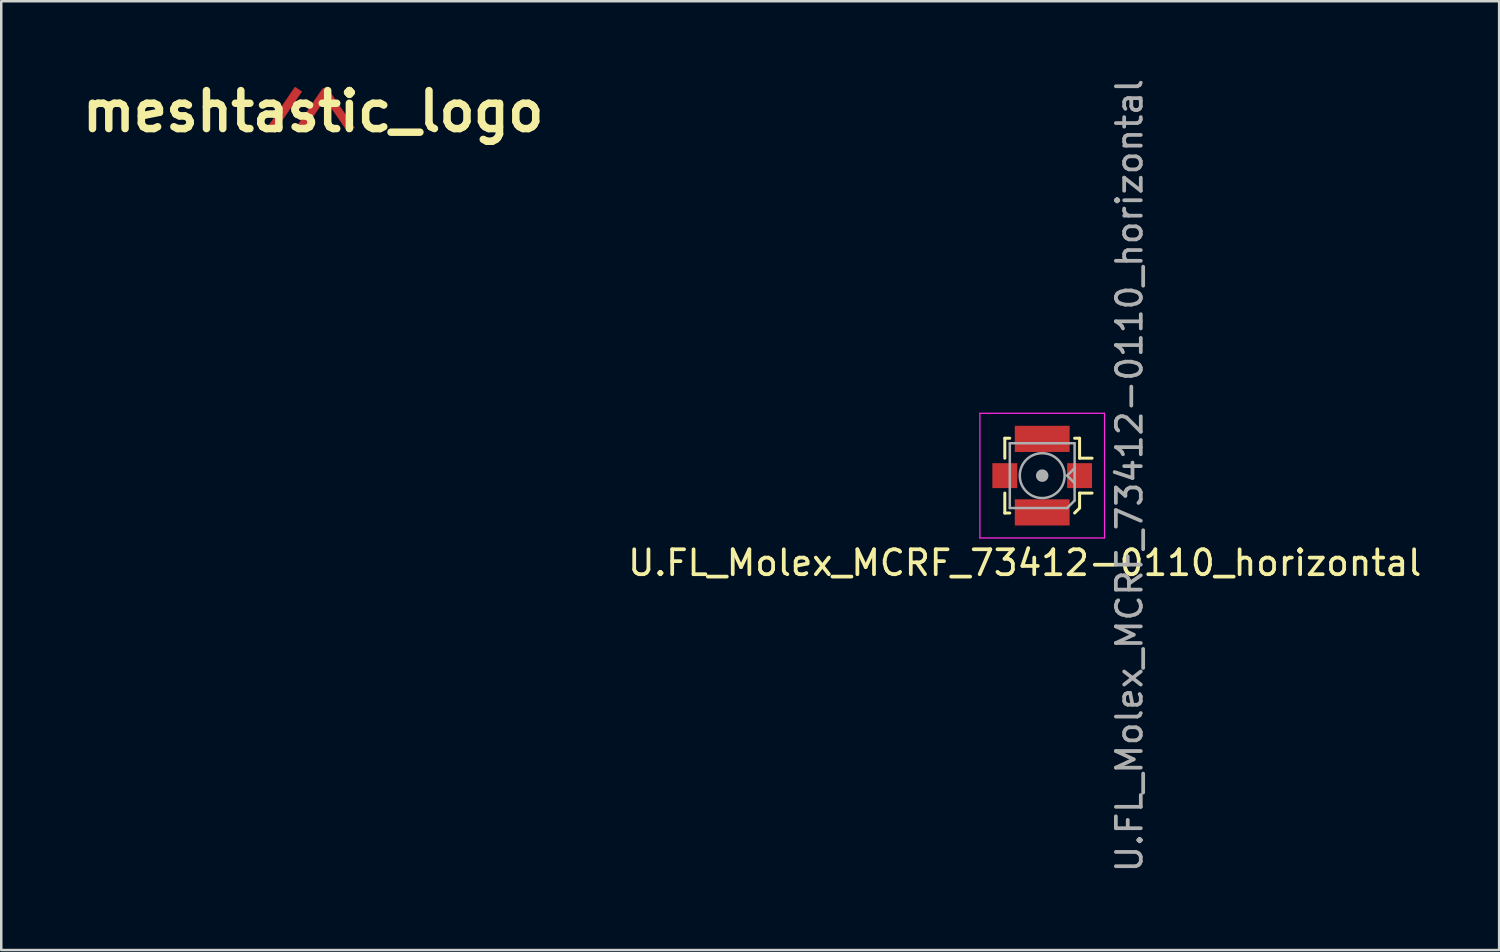
<source format=kicad_pcb>
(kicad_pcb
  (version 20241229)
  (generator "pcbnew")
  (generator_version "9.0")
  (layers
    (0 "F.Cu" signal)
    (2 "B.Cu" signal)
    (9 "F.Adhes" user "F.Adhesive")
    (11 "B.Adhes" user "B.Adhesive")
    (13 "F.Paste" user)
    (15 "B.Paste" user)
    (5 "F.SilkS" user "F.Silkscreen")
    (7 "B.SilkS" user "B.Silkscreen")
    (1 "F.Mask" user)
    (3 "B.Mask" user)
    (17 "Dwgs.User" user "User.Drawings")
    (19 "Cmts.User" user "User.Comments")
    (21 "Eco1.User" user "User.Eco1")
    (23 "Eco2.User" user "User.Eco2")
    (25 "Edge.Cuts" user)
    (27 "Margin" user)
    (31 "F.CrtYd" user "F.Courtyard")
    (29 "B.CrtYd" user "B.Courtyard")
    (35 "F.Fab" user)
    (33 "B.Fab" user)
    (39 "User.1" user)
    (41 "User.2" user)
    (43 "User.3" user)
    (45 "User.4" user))
  (footprint "U.FL_Molex_MCRF_73412-0110_horizontal"
    (layer "F.Cu")
    (at 38.758 16.03)
    (property "Reference" "U.FL_Molex_MCRF_73412-0110_horizontal" (at -0.7 3.5 180) (layer "F.SilkS") (effects (font (size 1 1) (thickness 0.15))))
    (attr smd)
    (fp_line (start -1.5 -1.5) (end -1.3 -1.5) (stroke (width 0.12) (type solid)) (layer "F.SilkS"))
    (fp_line (start -1.5 -0.7) (end -1.5 -1.5) (stroke (width 0.12) (type solid)) (layer "F.SilkS"))
    (fp_line (start -1.5 1.5) (end -1.5 0.7) (stroke (width 0.12) (type solid)) (layer "F.SilkS"))
    (fp_line (start -1.3 1.5) (end -1.5 1.5) (stroke (width 0.12) (type solid)) (layer "F.SilkS"))
    (fp_line (start 1.3 -1.5) (end 1.5 -1.5) (stroke (width 0.12) (type solid)) (layer "F.SilkS"))
    (fp_line (start 1.5 -1.5) (end 1.5 -0.7) (stroke (width 0.12) (type solid)) (layer "F.SilkS"))
    (fp_line (start 1.5 -0.7) (end 2 -0.7) (stroke (width 0.12) (type solid)) (layer "F.SilkS"))
    (fp_line (start 1.5 0.7) (end 1.5 1.3) (stroke (width 0.12) (type solid)) (layer "F.SilkS"))
    (fp_line (start 1.5 0.7) (end 2 0.7) (stroke (width 0.12) (type solid)) (layer "F.SilkS"))
    (fp_line (start 1.5 1.3) (end 1.3 1.5) (stroke (width 0.12) (type solid)) (layer "F.SilkS"))
    (fp_line (start -2.5 -2.5) (end -2.5 2.5) (stroke (width 0.05) (type solid)) (layer "F.CrtYd"))
    (fp_line (start -2.5 2.5) (end 2.5 2.5) (stroke (width 0.05) (type solid)) (layer "F.CrtYd"))
    (fp_line (start 2.5 -2.5) (end -2.5 -2.5) (stroke (width 0.05) (type solid)) (layer "F.CrtYd"))
    (fp_line (start 2.5 2.5) (end 2.5 -2.5) (stroke (width 0.05) (type solid)) (layer "F.CrtYd"))
    (fp_line (start -1.3 -1.3) (end 1.3 -1.3) (stroke (width 0.1) (type solid)) (layer "F.Fab"))
    (fp_line (start -1.3 1.3) (end -1.3 -1.3) (stroke (width 0.1) (type solid)) (layer "F.Fab"))
    (fp_line (start -1.3 1.3) (end 1 1.3) (stroke (width 0.1) (type solid)) (layer "F.Fab"))
    (fp_line (start 1 0) (end 1.3 -0.3) (stroke (width 0.1) (type solid)) (layer "F.Fab"))
    (fp_line (start 1 1.3) (end 1.3 1) (stroke (width 0.1) (type solid)) (layer "F.Fab"))
    (fp_line (start 1.3 0.3) (end 1 0) (stroke (width 0.1) (type solid)) (layer "F.Fab"))
    (fp_line (start 1.3 1) (end 1.3 -1.3) (stroke (width 0.1) (type solid)) (layer "F.Fab"))
    (fp_circle (center 0 0) (end 0 -0.9) (stroke (width 0.1) (type solid)) (fill no) (layer "F.Fab"))
    (fp_circle (center 0 0) (end 0.05 0) (stroke (width 0.1) (type solid)) (fill no) (layer "F.Fab"))
    (fp_circle (center 0 0) (end 0.125 0) (stroke (width 0.1) (type solid)) (fill no) (layer "F.Fab"))
    (fp_circle (center 0 0) (end 0.2 0) (stroke (width 0.1) (type solid)) (fill no) (layer "F.Fab"))
    (fp_text user "${REFERENCE}" (at 3.5 0 90) (layer "F.Fab") (effects (font (size 1 1) (thickness 0.15))))
    (pad "1" smd rect (at 1.5 0 90) (size 1 1) (layers "F.Cu" "F.Mask" "F.Paste"))
    (pad "2" smd rect (at -1.5 0 90) (size 1 1) (layers "F.Cu" "F.Mask" "F.Paste"))
    (pad "2" smd rect (at 0 -1.475 90) (size 1.05 2.2) (layers "F.Cu" "F.Mask" "F.Paste"))
    (pad "2" smd rect (at 0 1.475 90) (size 1.05 2.2) (layers "F.Cu" "F.Mask" "F.Paste")))
  (footprint "meshtastic_logo"
    (layer "F.Cu")
    (at 9.514 1.418)
    (property "Reference" "meshtastic_logo" (at 0 0 180) (layer "F.SilkS") (effects (font (size 1.524 1.524) (thickness 0.3))))
    (attr through_hole)
    (fp_poly (pts (xy -0.724 -0.975) (xy -0.715 -0.97) (xy -0.701 -0.961) (xy -0.683 -0.949) (xy -0.662 -0.934) (xy -0.637 -0.918) (xy -0.61 -0.9) (xy -0.589 -0.885) (xy -0.454 -0.793) (xy -0.477 -0.761) (xy -0.482 -0.753) (xy -0.491 -0.74) (xy -0.503 -0.723) (xy -0.518 -0.7) (xy -0.537 -0.673) (xy -0.558 -0.642) (xy -0.582 -0.607) (xy -0.608 -0.569) (xy -0.635 -0.529) (xy -0.664 -0.486) (xy -0.695 -0.441) (xy -0.726 -0.395) (xy -0.749 -0.361) (xy -0.786 -0.308) (xy -0.826 -0.249) (xy -0.869 -0.186) (xy -0.913 -0.12) (xy -0.96 -0.052) (xy -1.007 0.017) (xy -1.055 0.087) (xy -1.102 0.156) (xy -1.148 0.223) (xy -1.192 0.288) (xy -1.234 0.35) (xy -1.27 0.403) (xy -1.303 0.451) (xy -1.336 0.499) (xy -1.367 0.544) (xy -1.396 0.588) (xy -1.424 0.629) (xy -1.45 0.667) (xy -1.473 0.701) (xy -1.495 0.732) (xy -1.513 0.759) (xy -1.528 0.782) (xy -1.541 0.8) (xy -1.549 0.813) (xy -1.554 0.82) (xy -1.555 0.821) (xy -1.562 0.831) (xy -1.568 0.839) (xy -1.571 0.842) (xy -1.571 0.842) (xy -1.574 0.84) (xy -1.583 0.834) (xy -1.596 0.825) (xy -1.614 0.813) (xy -1.635 0.798) (xy -1.659 0.782) (xy -1.686 0.764) (xy -1.707 0.749) (xy -1.736 0.729) (xy -1.763 0.71) (xy -1.786 0.694) (xy -1.806 0.679) (xy -1.822 0.667) (xy -1.834 0.658) (xy -1.84 0.653) (xy -1.841 0.652) (xy -1.839 0.648) (xy -1.833 0.639) (xy -1.823 0.624) (xy -1.81 0.605) (xy -1.794 0.581) (xy -1.775 0.552) (xy -1.753 0.519) (xy -1.729 0.483) (xy -1.702 0.444) (xy -1.673 0.401) (xy -1.642 0.355) (xy -1.609 0.308) (xy -1.576 0.258) (xy -1.54 0.206) (xy -1.527 0.186) (xy -1.486 0.127) (xy -1.443 0.064) (xy -1.399 -0.002) (xy -1.353 -0.069) (xy -1.307 -0.136) (xy -1.26 -0.204) (xy -1.214 -0.272) (xy -1.169 -0.338) (xy -1.126 -0.402) (xy -1.084 -0.463) (xy -1.045 -0.52) (xy -1.009 -0.573) (xy -0.976 -0.621) (xy -0.973 -0.626) (xy -0.942 -0.671) (xy -0.912 -0.715) (xy -0.883 -0.757) (xy -0.856 -0.796) (xy -0.831 -0.832) (xy -0.808 -0.865) (xy -0.787 -0.895) (xy -0.769 -0.921) (xy -0.754 -0.942) (xy -0.742 -0.959) (xy -0.734 -0.97) (xy -0.729 -0.977) (xy -0.728 -0.978) (xy -0.724 -0.975)) (stroke (width 0.01) (type solid)) (fill yes) (layer "F.Cu"))
    (fp_poly (pts (xy 0.514 -0.939) (xy 0.521 -0.937) (xy 0.547 -0.927) (xy 0.571 -0.913) (xy 0.592 -0.896) (xy 0.603 -0.885) (xy 0.606 -0.881) (xy 0.613 -0.871) (xy 0.623 -0.856) (xy 0.637 -0.835) (xy 0.655 -0.81) (xy 0.675 -0.781) (xy 0.698 -0.747) (xy 0.724 -0.71) (xy 0.752 -0.669) (xy 0.782 -0.625) (xy 0.814 -0.579) (xy 0.848 -0.529) (xy 0.883 -0.478) (xy 0.92 -0.424) (xy 0.958 -0.369) (xy 0.997 -0.312) (xy 1.036 -0.254) (xy 1.076 -0.196) (xy 1.116 -0.137) (xy 1.157 -0.078) (xy 1.197 -0.02) (xy 1.237 0.039) (xy 1.276 0.096) (xy 1.314 0.152) (xy 1.352 0.207) (xy 1.388 0.26) (xy 1.423 0.311) (xy 1.456 0.36) (xy 1.488 0.406) (xy 1.517 0.449) (xy 1.545 0.489) (xy 1.569 0.526) (xy 1.591 0.558) (xy 1.611 0.586) (xy 1.627 0.61) (xy 1.64 0.629) (xy 1.649 0.643) (xy 1.655 0.652) (xy 1.657 0.654) (xy 1.654 0.657) (xy 1.646 0.663) (xy 1.634 0.673) (xy 1.617 0.684) (xy 1.598 0.698) (xy 1.576 0.713) (xy 1.553 0.729) (xy 1.529 0.746) (xy 1.505 0.763) (xy 1.481 0.779) (xy 1.459 0.794) (xy 1.439 0.807) (xy 1.422 0.819) (xy 1.408 0.828) (xy 1.399 0.833) (xy 1.395 0.835) (xy 1.395 0.835) (xy 1.394 0.835) (xy 1.394 0.835) (xy 1.393 0.834) (xy 1.391 0.832) (xy 1.389 0.83) (xy 1.386 0.826) (xy 1.382 0.821) (xy 1.378 0.814) (xy 1.371 0.805) (xy 1.364 0.795) (xy 1.355 0.782) (xy 1.344 0.766) (xy 1.332 0.748) (xy 1.317 0.727) (xy 1.301 0.703) (xy 1.282 0.676) (xy 1.261 0.645) (xy 1.237 0.61) (xy 1.211 0.572) (xy 1.181 0.529) (xy 1.149 0.482) (xy 1.114 0.43) (xy 1.075 0.373) (xy 1.033 0.312) (xy 0.987 0.245) (xy 0.937 0.173) (xy 0.884 0.095) (xy 0.857 0.055) (xy 0.818 -0.002) (xy 0.78 -0.057) (xy 0.744 -0.11) (xy 0.709 -0.161) (xy 0.675 -0.21) (xy 0.644 -0.255) (xy 0.615 -0.298) (xy 0.587 -0.337) (xy 0.563 -0.373) (xy 0.541 -0.404) (xy 0.522 -0.431) (xy 0.506 -0.454) (xy 0.494 -0.472) (xy 0.485 -0.484) (xy 0.48 -0.491) (xy 0.479 -0.493) (xy 0.476 -0.49) (xy 0.47 -0.481) (xy 0.46 -0.467) (xy 0.447 -0.447) (xy 0.43 -0.423) (xy 0.41 -0.394) (xy 0.387 -0.36) (xy 0.361 -0.323) (xy 0.333 -0.282) (xy 0.302 -0.237) (xy 0.269 -0.189) (xy 0.234 -0.137) (xy 0.197 -0.083) (xy 0.159 -0.027) (xy 0.119 0.032) (xy 0.078 0.092) (xy 0.035 0.155) (xy 0.022 0.174) (xy -0.021 0.237) (xy -0.063 0.298) (xy -0.103 0.357) (xy -0.142 0.414) (xy -0.179 0.469) (xy -0.215 0.521) (xy -0.248 0.57) (xy -0.28 0.616) (xy -0.309 0.659) (xy -0.335 0.697) (xy -0.359 0.732) (xy -0.379 0.762) (xy -0.397 0.788) (xy -0.411 0.809) (xy -0.422 0.825) (xy -0.429 0.835) (xy -0.433 0.84) (xy -0.433 0.84) (xy -0.436 0.838) (xy -0.444 0.833) (xy -0.458 0.824) (xy -0.475 0.812) (xy -0.496 0.798) (xy -0.519 0.782) (xy -0.546 0.764) (xy -0.564 0.751) (xy -0.592 0.732) (xy -0.617 0.714) (xy -0.64 0.698) (xy -0.66 0.684) (xy -0.675 0.672) (xy -0.687 0.663) (xy -0.693 0.658) (xy -0.694 0.656) (xy -0.692 0.653) (xy -0.687 0.643) (xy -0.677 0.629) (xy -0.664 0.609) (xy -0.648 0.585) (xy -0.629 0.557) (xy -0.607 0.525) (xy -0.583 0.489) (xy -0.556 0.45) (xy -0.528 0.408) (xy -0.498 0.363) (xy -0.466 0.316) (xy -0.433 0.268) (xy -0.406 0.228) (xy -0.366 0.171) (xy -0.325 0.109) (xy -0.281 0.045) (xy -0.236 -0.02) (xy -0.19 -0.087) (xy -0.145 -0.154) (xy -0.1 -0.221) (xy -0.055 -0.286) (xy -0.013 -0.348) (xy 0.028 -0.408) (xy 0.066 -0.463) (xy 0.1 -0.514) (xy 0.116 -0.537) (xy 0.152 -0.59) (xy 0.186 -0.639) (xy 0.217 -0.685) (xy 0.247 -0.728) (xy 0.273 -0.766) (xy 0.297 -0.8) (xy 0.317 -0.829) (xy 0.335 -0.854) (xy 0.349 -0.873) (xy 0.359 -0.887) (xy 0.366 -0.896) (xy 0.368 -0.898) (xy 0.393 -0.917) (xy 0.421 -0.932) (xy 0.452 -0.94) (xy 0.483 -0.943) (xy 0.514 -0.939)) (stroke (width 0.01) (type solid)) (fill yes) (layer "F.Cu"))
    (fp_poly (pts (xy -0.724 -0.975) (xy -0.715 -0.97) (xy -0.701 -0.961) (xy -0.683 -0.949) (xy -0.662 -0.934) (xy -0.637 -0.918) (xy -0.61 -0.9) (xy -0.589 -0.885) (xy -0.454 -0.793) (xy -0.477 -0.761) (xy -0.482 -0.753) (xy -0.491 -0.74) (xy -0.503 -0.723) (xy -0.518 -0.7) (xy -0.537 -0.673) (xy -0.558 -0.642) (xy -0.582 -0.607) (xy -0.608 -0.569) (xy -0.635 -0.529) (xy -0.664 -0.486) (xy -0.695 -0.441) (xy -0.726 -0.395) (xy -0.749 -0.361) (xy -0.786 -0.308) (xy -0.826 -0.249) (xy -0.869 -0.186) (xy -0.913 -0.12) (xy -0.96 -0.052) (xy -1.007 0.017) (xy -1.055 0.087) (xy -1.102 0.156) (xy -1.148 0.223) (xy -1.192 0.288) (xy -1.234 0.35) (xy -1.27 0.403) (xy -1.303 0.451) (xy -1.336 0.499) (xy -1.367 0.544) (xy -1.396 0.588) (xy -1.424 0.629) (xy -1.45 0.667) (xy -1.473 0.701) (xy -1.495 0.732) (xy -1.513 0.759) (xy -1.528 0.782) (xy -1.541 0.8) (xy -1.549 0.813) (xy -1.554 0.82) (xy -1.555 0.821) (xy -1.562 0.831) (xy -1.568 0.839) (xy -1.571 0.842) (xy -1.571 0.842) (xy -1.574 0.84) (xy -1.583 0.834) (xy -1.596 0.825) (xy -1.614 0.813) (xy -1.635 0.798) (xy -1.659 0.782) (xy -1.686 0.764) (xy -1.707 0.749) (xy -1.736 0.729) (xy -1.763 0.71) (xy -1.786 0.694) (xy -1.806 0.679) (xy -1.822 0.667) (xy -1.834 0.658) (xy -1.84 0.653) (xy -1.841 0.652) (xy -1.839 0.648) (xy -1.833 0.639) (xy -1.823 0.624) (xy -1.81 0.605) (xy -1.794 0.581) (xy -1.775 0.552) (xy -1.753 0.519) (xy -1.729 0.483) (xy -1.702 0.444) (xy -1.673 0.401) (xy -1.642 0.355) (xy -1.609 0.308) (xy -1.576 0.258) (xy -1.54 0.206) (xy -1.527 0.186) (xy -1.486 0.127) (xy -1.443 0.064) (xy -1.399 -0.002) (xy -1.353 -0.069) (xy -1.307 -0.136) (xy -1.26 -0.204) (xy -1.214 -0.272) (xy -1.169 -0.338) (xy -1.126 -0.402) (xy -1.084 -0.463) (xy -1.045 -0.52) (xy -1.009 -0.573) (xy -0.976 -0.621) (xy -0.973 -0.626) (xy -0.942 -0.671) (xy -0.912 -0.715) (xy -0.883 -0.757) (xy -0.856 -0.796) (xy -0.831 -0.832) (xy -0.808 -0.865) (xy -0.787 -0.895) (xy -0.769 -0.921) (xy -0.754 -0.942) (xy -0.742 -0.959) (xy -0.734 -0.97) (xy -0.729 -0.977) (xy -0.728 -0.978) (xy -0.724 -0.975)) (stroke (width 0.01) (type solid)) (fill yes) (layer "F.Mask"))
    (fp_poly (pts (xy 0.514 -0.939) (xy 0.521 -0.937) (xy 0.547 -0.927) (xy 0.571 -0.913) (xy 0.592 -0.896) (xy 0.603 -0.885) (xy 0.606 -0.881) (xy 0.613 -0.871) (xy 0.623 -0.856) (xy 0.637 -0.835) (xy 0.655 -0.81) (xy 0.675 -0.781) (xy 0.698 -0.747) (xy 0.724 -0.71) (xy 0.752 -0.669) (xy 0.782 -0.625) (xy 0.814 -0.579) (xy 0.848 -0.529) (xy 0.883 -0.478) (xy 0.92 -0.424) (xy 0.958 -0.369) (xy 0.997 -0.312) (xy 1.036 -0.254) (xy 1.076 -0.196) (xy 1.116 -0.137) (xy 1.157 -0.078) (xy 1.197 -0.02) (xy 1.237 0.039) (xy 1.276 0.096) (xy 1.314 0.152) (xy 1.352 0.207) (xy 1.388 0.26) (xy 1.423 0.311) (xy 1.456 0.36) (xy 1.488 0.406) (xy 1.517 0.449) (xy 1.545 0.489) (xy 1.569 0.526) (xy 1.591 0.558) (xy 1.611 0.586) (xy 1.627 0.61) (xy 1.64 0.629) (xy 1.649 0.643) (xy 1.655 0.652) (xy 1.657 0.654) (xy 1.654 0.657) (xy 1.646 0.663) (xy 1.634 0.673) (xy 1.617 0.684) (xy 1.598 0.698) (xy 1.576 0.713) (xy 1.553 0.729) (xy 1.529 0.746) (xy 1.505 0.763) (xy 1.481 0.779) (xy 1.459 0.794) (xy 1.439 0.807) (xy 1.422 0.819) (xy 1.408 0.828) (xy 1.399 0.833) (xy 1.395 0.835) (xy 1.395 0.835) (xy 1.394 0.835) (xy 1.394 0.835) (xy 1.393 0.834) (xy 1.391 0.832) (xy 1.389 0.83) (xy 1.386 0.826) (xy 1.382 0.821) (xy 1.378 0.814) (xy 1.371 0.805) (xy 1.364 0.795) (xy 1.355 0.782) (xy 1.344 0.766) (xy 1.332 0.748) (xy 1.317 0.727) (xy 1.301 0.703) (xy 1.282 0.676) (xy 1.261 0.645) (xy 1.237 0.61) (xy 1.211 0.572) (xy 1.181 0.529) (xy 1.149 0.482) (xy 1.114 0.43) (xy 1.075 0.373) (xy 1.033 0.312) (xy 0.987 0.245) (xy 0.937 0.173) (xy 0.884 0.095) (xy 0.857 0.055) (xy 0.818 -0.002) (xy 0.78 -0.057) (xy 0.744 -0.11) (xy 0.709 -0.161) (xy 0.675 -0.21) (xy 0.644 -0.255) (xy 0.615 -0.298) (xy 0.587 -0.337) (xy 0.563 -0.373) (xy 0.541 -0.404) (xy 0.522 -0.431) (xy 0.506 -0.454) (xy 0.494 -0.472) (xy 0.485 -0.484) (xy 0.48 -0.491) (xy 0.479 -0.493) (xy 0.476 -0.49) (xy 0.47 -0.481) (xy 0.46 -0.467) (xy 0.447 -0.447) (xy 0.43 -0.423) (xy 0.41 -0.394) (xy 0.387 -0.36) (xy 0.361 -0.323) (xy 0.333 -0.282) (xy 0.302 -0.237) (xy 0.269 -0.189) (xy 0.234 -0.137) (xy 0.197 -0.083) (xy 0.159 -0.027) (xy 0.119 0.032) (xy 0.078 0.092) (xy 0.035 0.155) (xy 0.022 0.174) (xy -0.021 0.237) (xy -0.063 0.298) (xy -0.103 0.357) (xy -0.142 0.414) (xy -0.179 0.469) (xy -0.215 0.521) (xy -0.248 0.57) (xy -0.28 0.616) (xy -0.309 0.659) (xy -0.335 0.697) (xy -0.359 0.732) (xy -0.379 0.762) (xy -0.397 0.788) (xy -0.411 0.809) (xy -0.422 0.825) (xy -0.429 0.835) (xy -0.433 0.84) (xy -0.433 0.84) (xy -0.436 0.838) (xy -0.444 0.833) (xy -0.458 0.824) (xy -0.475 0.812) (xy -0.496 0.798) (xy -0.519 0.782) (xy -0.546 0.764) (xy -0.564 0.751) (xy -0.592 0.732) (xy -0.617 0.714) (xy -0.64 0.698) (xy -0.66 0.684) (xy -0.675 0.672) (xy -0.687 0.663) (xy -0.693 0.658) (xy -0.694 0.656) (xy -0.692 0.653) (xy -0.687 0.643) (xy -0.677 0.629) (xy -0.664 0.609) (xy -0.648 0.585) (xy -0.629 0.557) (xy -0.607 0.525) (xy -0.583 0.489) (xy -0.556 0.45) (xy -0.528 0.408) (xy -0.498 0.363) (xy -0.466 0.316) (xy -0.433 0.268) (xy -0.406 0.228) (xy -0.366 0.171) (xy -0.325 0.109) (xy -0.281 0.045) (xy -0.236 -0.02) (xy -0.19 -0.087) (xy -0.145 -0.154) (xy -0.1 -0.221) (xy -0.055 -0.286) (xy -0.013 -0.348) (xy 0.028 -0.408) (xy 0.066 -0.463) (xy 0.1 -0.514) (xy 0.116 -0.537) (xy 0.152 -0.59) (xy 0.186 -0.639) (xy 0.217 -0.685) (xy 0.247 -0.728) (xy 0.273 -0.766) (xy 0.297 -0.8) (xy 0.317 -0.829) (xy 0.335 -0.854) (xy 0.349 -0.873) (xy 0.359 -0.887) (xy 0.366 -0.896) (xy 0.368 -0.898) (xy 0.393 -0.917) (xy 0.421 -0.932) (xy 0.452 -0.94) (xy 0.483 -0.943) (xy 0.514 -0.939)) (stroke (width 0.01) (type solid)) (fill yes) (layer "F.Mask")))
  (gr_rect
    (start -3 -3)
    (end 57.088 35.06)
    (stroke (width 0.1) (type default))
    (fill no)
    (layer "Edge.Cuts")))
</source>
